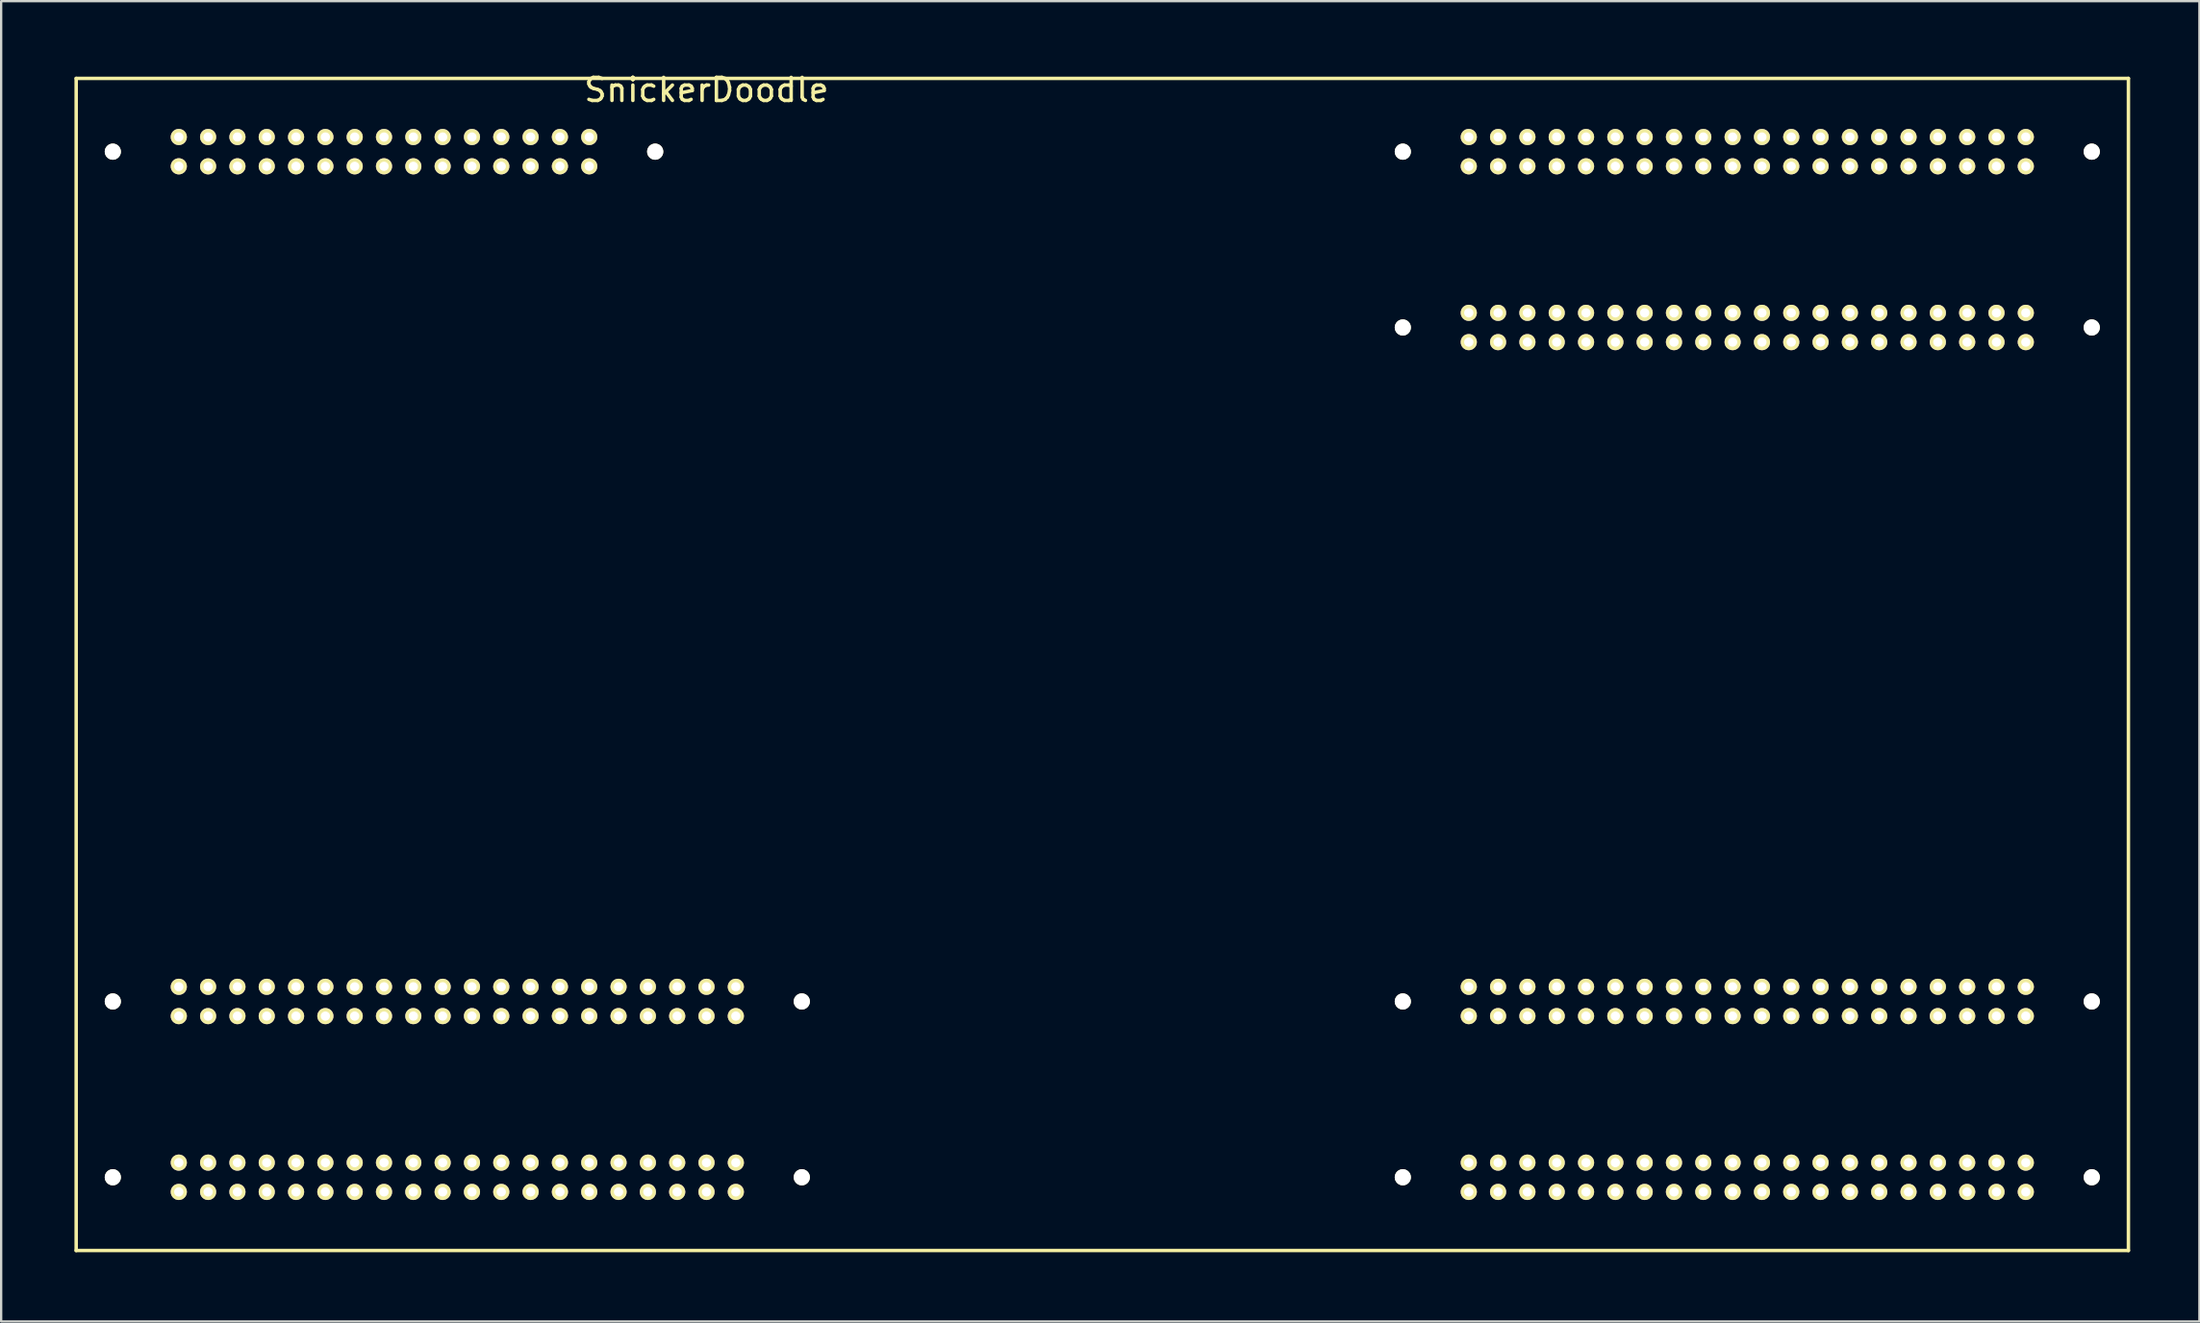
<source format=kicad_pcb>
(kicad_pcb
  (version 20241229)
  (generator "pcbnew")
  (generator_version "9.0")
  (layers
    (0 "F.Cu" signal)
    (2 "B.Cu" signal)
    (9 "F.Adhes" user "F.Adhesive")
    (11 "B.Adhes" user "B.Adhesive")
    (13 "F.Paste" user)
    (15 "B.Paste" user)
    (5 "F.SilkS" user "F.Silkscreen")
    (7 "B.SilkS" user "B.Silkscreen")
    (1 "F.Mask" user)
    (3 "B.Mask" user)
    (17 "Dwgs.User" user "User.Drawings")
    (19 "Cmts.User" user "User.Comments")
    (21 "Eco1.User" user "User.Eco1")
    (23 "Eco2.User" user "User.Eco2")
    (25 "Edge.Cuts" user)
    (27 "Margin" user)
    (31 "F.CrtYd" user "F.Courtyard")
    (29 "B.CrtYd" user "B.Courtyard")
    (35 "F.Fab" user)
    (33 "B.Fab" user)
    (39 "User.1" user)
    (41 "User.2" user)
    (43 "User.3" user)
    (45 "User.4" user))
  (footprint "SnickerDoodle"
    (layer "F.Cu")
    (at 0.25 0.348)
    (property "Reference" "SnickerDoodle" (at 27.305 0.5 0) (layer "F.SilkS") (effects (font (size 1 1) (thickness 0.15))))
    (attr through_hole)
    (fp_line (start 0 0) (end 88.9 0) (stroke (width 0.15) (type solid)) (layer "F.SilkS"))
    (fp_line (start 0 50.8) (end 0 0) (stroke (width 0.15) (type solid)) (layer "F.SilkS"))
    (fp_line (start 88.9 0) (end 88.9 50.8) (stroke (width 0.15) (type solid)) (layer "F.SilkS"))
    (fp_line (start 88.9 50.8) (end 0 50.8) (stroke (width 0.15) (type solid)) (layer "F.SilkS"))
    (pad "" np_thru_hole circle (at 1.587 3.175) (size 0.7 0.7) (drill 0.7) (layers "*.Cu" "*.Mask" "F.SilkS"))
    (pad "" np_thru_hole circle (at 1.587 40.005) (size 0.7 0.7) (drill 0.7) (layers "*.Cu" "*.Mask" "F.SilkS"))
    (pad "" np_thru_hole circle (at 1.587 47.625) (size 0.7 0.7) (drill 0.7) (layers "*.Cu" "*.Mask" "F.SilkS"))
    (pad "" np_thru_hole circle (at 25.082 3.175) (size 0.7 0.7) (drill 0.7) (layers "*.Cu" "*.Mask" "F.SilkS"))
    (pad "" np_thru_hole circle (at 31.433 40.005) (size 0.7 0.7) (drill 0.7) (layers "*.Cu" "*.Mask" "F.SilkS"))
    (pad "" np_thru_hole circle (at 31.433 47.625) (size 0.7 0.7) (drill 0.7) (layers "*.Cu" "*.Mask" "F.SilkS"))
    (pad "" np_thru_hole circle (at 57.468 3.175) (size 0.7 0.7) (drill 0.7) (layers "*.Cu" "*.Mask" "F.SilkS"))
    (pad "" np_thru_hole circle (at 57.468 10.795) (size 0.7 0.7) (drill 0.7) (layers "*.Cu" "*.Mask" "F.SilkS"))
    (pad "" np_thru_hole circle (at 57.468 40.005) (size 0.7 0.7) (drill 0.7) (layers "*.Cu" "*.Mask" "F.SilkS"))
    (pad "" np_thru_hole circle (at 57.468 47.625) (size 0.7 0.7) (drill 0.7) (layers "*.Cu" "*.Mask" "F.SilkS"))
    (pad "" np_thru_hole circle (at 87.312 3.175) (size 0.7 0.7) (drill 0.7) (layers "*.Cu" "*.Mask" "F.SilkS"))
    (pad "" np_thru_hole circle (at 87.312 10.795) (size 0.7 0.7) (drill 0.7) (layers "*.Cu" "*.Mask" "F.SilkS"))
    (pad "" np_thru_hole circle (at 87.312 40.005) (size 0.7 0.7) (drill 0.7) (layers "*.Cu" "*.Mask" "F.SilkS"))
    (pad "" np_thru_hole circle (at 87.312 47.625) (size 0.7 0.7) (drill 0.7) (layers "*.Cu" "*.Mask" "F.SilkS"))
    (pad "A1" thru_hole circle (at 22.225 2.54) (size 0.7 0.7) (drill 0.4) (layers "*.Cu" "*.Mask" "F.SilkS"))
    (pad "A2" thru_hole circle (at 22.225 3.81) (size 0.7 0.7) (drill 0.4) (layers "*.Cu" "*.Mask" "F.SilkS"))
    (pad "A3" thru_hole circle (at 20.955 2.54) (size 0.7 0.7) (drill 0.4) (layers "*.Cu" "*.Mask" "F.SilkS"))
    (pad "A4" thru_hole circle (at 20.955 3.81) (size 0.7 0.7) (drill 0.4) (layers "*.Cu" "*.Mask" "F.SilkS"))
    (pad "A5" thru_hole circle (at 19.685 2.54) (size 0.7 0.7) (drill 0.4) (layers "*.Cu" "*.Mask" "F.SilkS"))
    (pad "A6" thru_hole circle (at 19.685 3.81) (size 0.7 0.7) (drill 0.4) (layers "*.Cu" "*.Mask" "F.SilkS"))
    (pad "A7" thru_hole circle (at 18.415 2.54) (size 0.7 0.7) (drill 0.4) (layers "*.Cu" "*.Mask" "F.SilkS"))
    (pad "A8" thru_hole circle (at 18.415 3.81) (size 0.7 0.7) (drill 0.4) (layers "*.Cu" "*.Mask" "F.SilkS"))
    (pad "A9" thru_hole circle (at 17.145 2.54) (size 0.7 0.7) (drill 0.4) (layers "*.Cu" "*.Mask" "F.SilkS"))
    (pad "A10" thru_hole circle (at 17.145 3.81) (size 0.7 0.7) (drill 0.4) (layers "*.Cu" "*.Mask" "F.SilkS"))
    (pad "A11" thru_hole circle (at 15.875 2.54) (size 0.7 0.7) (drill 0.4) (layers "*.Cu" "*.Mask" "F.SilkS"))
    (pad "A12" thru_hole circle (at 15.875 3.81) (size 0.7 0.7) (drill 0.4) (layers "*.Cu" "*.Mask" "F.SilkS"))
    (pad "A13" thru_hole circle (at 14.605 2.54) (size 0.7 0.7) (drill 0.4) (layers "*.Cu" "*.Mask" "F.SilkS"))
    (pad "A14" thru_hole circle (at 14.605 3.81) (size 0.7 0.7) (drill 0.4) (layers "*.Cu" "*.Mask" "F.SilkS"))
    (pad "A15" thru_hole circle (at 13.335 2.54) (size 0.7 0.7) (drill 0.4) (layers "*.Cu" "*.Mask" "F.SilkS"))
    (pad "A16" thru_hole circle (at 13.335 3.81) (size 0.7 0.7) (drill 0.4) (layers "*.Cu" "*.Mask" "F.SilkS"))
    (pad "A17" thru_hole circle (at 12.065 2.54) (size 0.7 0.7) (drill 0.4) (layers "*.Cu" "*.Mask" "F.SilkS"))
    (pad "A18" thru_hole circle (at 12.065 3.81) (size 0.7 0.7) (drill 0.4) (layers "*.Cu" "*.Mask" "F.SilkS"))
    (pad "A19" thru_hole circle (at 10.795 2.54) (size 0.7 0.7) (drill 0.4) (layers "*.Cu" "*.Mask" "F.SilkS"))
    (pad "A20" thru_hole circle (at 10.795 3.81) (size 0.7 0.7) (drill 0.4) (layers "*.Cu" "*.Mask" "F.SilkS"))
    (pad "A21" thru_hole circle (at 9.525 2.54) (size 0.7 0.7) (drill 0.4) (layers "*.Cu" "*.Mask" "F.SilkS"))
    (pad "A22" thru_hole circle (at 9.525 3.81) (size 0.7 0.7) (drill 0.4) (layers "*.Cu" "*.Mask" "F.SilkS"))
    (pad "A23" thru_hole circle (at 8.255 2.54) (size 0.7 0.7) (drill 0.4) (layers "*.Cu" "*.Mask" "F.SilkS"))
    (pad "A24" thru_hole circle (at 8.255 3.81) (size 0.7 0.7) (drill 0.4) (layers "*.Cu" "*.Mask" "F.SilkS"))
    (pad "A25" thru_hole circle (at 6.985 2.54) (size 0.7 0.7) (drill 0.4) (layers "*.Cu" "*.Mask" "F.SilkS"))
    (pad "A26" thru_hole circle (at 6.985 3.81) (size 0.7 0.7) (drill 0.4) (layers "*.Cu" "*.Mask" "F.SilkS"))
    (pad "A27" thru_hole circle (at 5.715 2.54) (size 0.7 0.7) (drill 0.4) (layers "*.Cu" "*.Mask" "F.SilkS"))
    (pad "A28" thru_hole circle (at 5.715 3.81) (size 0.7 0.7) (drill 0.4) (layers "*.Cu" "*.Mask" "F.SilkS"))
    (pad "A29" thru_hole circle (at 4.445 2.54) (size 0.7 0.7) (drill 0.4) (layers "*.Cu" "*.Mask" "F.SilkS"))
    (pad "A30" thru_hole circle (at 4.445 3.81) (size 0.7 0.7) (drill 0.4) (layers "*.Cu" "*.Mask" "F.SilkS"))
    (pad "B1" thru_hole circle (at 84.455 2.54) (size 0.7 0.7) (drill 0.4) (layers "*.Cu" "*.Mask" "F.SilkS"))
    (pad "B2" thru_hole circle (at 84.455 3.81) (size 0.7 0.7) (drill 0.4) (layers "*.Cu" "*.Mask" "F.SilkS"))
    (pad "B3" thru_hole circle (at 83.185 2.54) (size 0.7 0.7) (drill 0.4) (layers "*.Cu" "*.Mask" "F.SilkS"))
    (pad "B4" thru_hole circle (at 83.185 3.81) (size 0.7 0.7) (drill 0.4) (layers "*.Cu" "*.Mask" "F.SilkS"))
    (pad "B5" thru_hole circle (at 81.915 2.54) (size 0.7 0.7) (drill 0.4) (layers "*.Cu" "*.Mask" "F.SilkS"))
    (pad "B6" thru_hole circle (at 81.915 3.81) (size 0.7 0.7) (drill 0.4) (layers "*.Cu" "*.Mask" "F.SilkS"))
    (pad "B7" thru_hole circle (at 80.645 2.54) (size 0.7 0.7) (drill 0.4) (layers "*.Cu" "*.Mask" "F.SilkS"))
    (pad "B8" thru_hole circle (at 80.645 3.81) (size 0.7 0.7) (drill 0.4) (layers "*.Cu" "*.Mask" "F.SilkS"))
    (pad "B9" thru_hole circle (at 79.375 2.54) (size 0.7 0.7) (drill 0.4) (layers "*.Cu" "*.Mask" "F.SilkS"))
    (pad "B10" thru_hole circle (at 79.375 3.81) (size 0.7 0.7) (drill 0.4) (layers "*.Cu" "*.Mask" "F.SilkS"))
    (pad "B11" thru_hole circle (at 78.105 2.54) (size 0.7 0.7) (drill 0.4) (layers "*.Cu" "*.Mask" "F.SilkS"))
    (pad "B12" thru_hole circle (at 78.105 3.81) (size 0.7 0.7) (drill 0.4) (layers "*.Cu" "*.Mask" "F.SilkS"))
    (pad "B13" thru_hole circle (at 76.835 2.54) (size 0.7 0.7) (drill 0.4) (layers "*.Cu" "*.Mask" "F.SilkS"))
    (pad "B14" thru_hole circle (at 76.835 3.81) (size 0.7 0.7) (drill 0.4) (layers "*.Cu" "*.Mask" "F.SilkS"))
    (pad "B15" thru_hole circle (at 75.565 2.54) (size 0.7 0.7) (drill 0.4) (layers "*.Cu" "*.Mask" "F.SilkS"))
    (pad "B16" thru_hole circle (at 75.565 3.81) (size 0.7 0.7) (drill 0.4) (layers "*.Cu" "*.Mask" "F.SilkS"))
    (pad "B17" thru_hole circle (at 74.295 2.54) (size 0.7 0.7) (drill 0.4) (layers "*.Cu" "*.Mask" "F.SilkS"))
    (pad "B18" thru_hole circle (at 74.295 3.81) (size 0.7 0.7) (drill 0.4) (layers "*.Cu" "*.Mask" "F.SilkS"))
    (pad "B19" thru_hole circle (at 73.025 2.54) (size 0.7 0.7) (drill 0.4) (layers "*.Cu" "*.Mask" "F.SilkS"))
    (pad "B20" thru_hole circle (at 73.025 3.81) (size 0.7 0.7) (drill 0.4) (layers "*.Cu" "*.Mask" "F.SilkS"))
    (pad "B21" thru_hole circle (at 71.755 2.54) (size 0.7 0.7) (drill 0.4) (layers "*.Cu" "*.Mask" "F.SilkS"))
    (pad "B22" thru_hole circle (at 71.755 3.81) (size 0.7 0.7) (drill 0.4) (layers "*.Cu" "*.Mask" "F.SilkS"))
    (pad "B23" thru_hole circle (at 70.485 2.54) (size 0.7 0.7) (drill 0.4) (layers "*.Cu" "*.Mask" "F.SilkS"))
    (pad "B24" thru_hole circle (at 70.485 3.81) (size 0.7 0.7) (drill 0.4) (layers "*.Cu" "*.Mask" "F.SilkS"))
    (pad "B25" thru_hole circle (at 69.215 2.54) (size 0.7 0.7) (drill 0.4) (layers "*.Cu" "*.Mask" "F.SilkS"))
    (pad "B26" thru_hole circle (at 69.215 3.81) (size 0.7 0.7) (drill 0.4) (layers "*.Cu" "*.Mask" "F.SilkS"))
    (pad "B27" thru_hole circle (at 67.945 2.54) (size 0.7 0.7) (drill 0.4) (layers "*.Cu" "*.Mask" "F.SilkS"))
    (pad "B28" thru_hole circle (at 67.945 3.81) (size 0.7 0.7) (drill 0.4) (layers "*.Cu" "*.Mask" "F.SilkS"))
    (pad "B29" thru_hole circle (at 66.675 2.54) (size 0.7 0.7) (drill 0.4) (layers "*.Cu" "*.Mask" "F.SilkS"))
    (pad "B30" thru_hole circle (at 66.675 3.81) (size 0.7 0.7) (drill 0.4) (layers "*.Cu" "*.Mask" "F.SilkS"))
    (pad "B31" thru_hole circle (at 65.405 2.54) (size 0.7 0.7) (drill 0.4) (layers "*.Cu" "*.Mask" "F.SilkS"))
    (pad "B32" thru_hole circle (at 65.405 3.81) (size 0.7 0.7) (drill 0.4) (layers "*.Cu" "*.Mask" "F.SilkS"))
    (pad "B33" thru_hole circle (at 64.135 2.54) (size 0.7 0.7) (drill 0.4) (layers "*.Cu" "*.Mask" "F.SilkS"))
    (pad "B34" thru_hole circle (at 64.135 3.81) (size 0.7 0.7) (drill 0.4) (layers "*.Cu" "*.Mask" "F.SilkS"))
    (pad "B35" thru_hole circle (at 62.865 2.54) (size 0.7 0.7) (drill 0.4) (layers "*.Cu" "*.Mask" "F.SilkS"))
    (pad "B36" thru_hole circle (at 62.865 3.81) (size 0.7 0.7) (drill 0.4) (layers "*.Cu" "*.Mask" "F.SilkS"))
    (pad "B37" thru_hole circle (at 61.595 2.54) (size 0.7 0.7) (drill 0.4) (layers "*.Cu" "*.Mask" "F.SilkS"))
    (pad "B38" thru_hole circle (at 61.595 3.81) (size 0.7 0.7) (drill 0.4) (layers "*.Cu" "*.Mask" "F.SilkS"))
    (pad "B39" thru_hole circle (at 60.325 2.54) (size 0.7 0.7) (drill 0.4) (layers "*.Cu" "*.Mask" "F.SilkS"))
    (pad "B40" thru_hole circle (at 60.325 3.81) (size 0.7 0.7) (drill 0.4) (layers "*.Cu" "*.Mask" "F.SilkS"))
    (pad "C1" thru_hole circle (at 60.325 48.26) (size 0.7 0.7) (drill 0.4) (layers "*.Cu" "*.Mask" "F.SilkS"))
    (pad "C2" thru_hole circle (at 60.325 46.99) (size 0.7 0.7) (drill 0.4) (layers "*.Cu" "*.Mask" "F.SilkS"))
    (pad "C3" thru_hole circle (at 61.595 48.26) (size 0.7 0.7) (drill 0.4) (layers "*.Cu" "*.Mask" "F.SilkS"))
    (pad "C4" thru_hole circle (at 61.595 46.99) (size 0.7 0.7) (drill 0.4) (layers "*.Cu" "*.Mask" "F.SilkS"))
    (pad "C5" thru_hole circle (at 62.865 48.26) (size 0.7 0.7) (drill 0.4) (layers "*.Cu" "*.Mask" "F.SilkS"))
    (pad "C6" thru_hole circle (at 62.865 46.99) (size 0.7 0.7) (drill 0.4) (layers "*.Cu" "*.Mask" "F.SilkS"))
    (pad "C7" thru_hole circle (at 64.135 48.26) (size 0.7 0.7) (drill 0.4) (layers "*.Cu" "*.Mask" "F.SilkS"))
    (pad "C8" thru_hole circle (at 64.135 46.99) (size 0.7 0.7) (drill 0.4) (layers "*.Cu" "*.Mask" "F.SilkS"))
    (pad "C9" thru_hole circle (at 65.405 48.26) (size 0.7 0.7) (drill 0.4) (layers "*.Cu" "*.Mask" "F.SilkS"))
    (pad "C10" thru_hole circle (at 65.405 46.99) (size 0.7 0.7) (drill 0.4) (layers "*.Cu" "*.Mask" "F.SilkS"))
    (pad "C11" thru_hole circle (at 66.675 48.26) (size 0.7 0.7) (drill 0.4) (layers "*.Cu" "*.Mask" "F.SilkS"))
    (pad "C12" thru_hole circle (at 66.675 46.99) (size 0.7 0.7) (drill 0.4) (layers "*.Cu" "*.Mask" "F.SilkS"))
    (pad "C13" thru_hole circle (at 67.945 48.26) (size 0.7 0.7) (drill 0.4) (layers "*.Cu" "*.Mask" "F.SilkS"))
    (pad "C14" thru_hole circle (at 67.945 46.99) (size 0.7 0.7) (drill 0.4) (layers "*.Cu" "*.Mask" "F.SilkS"))
    (pad "C15" thru_hole circle (at 69.215 48.26) (size 0.7 0.7) (drill 0.4) (layers "*.Cu" "*.Mask" "F.SilkS"))
    (pad "C16" thru_hole circle (at 69.215 46.99) (size 0.7 0.7) (drill 0.4) (layers "*.Cu" "*.Mask" "F.SilkS"))
    (pad "C17" thru_hole circle (at 70.485 48.26) (size 0.7 0.7) (drill 0.4) (layers "*.Cu" "*.Mask" "F.SilkS"))
    (pad "C18" thru_hole circle (at 70.485 46.99) (size 0.7 0.7) (drill 0.4) (layers "*.Cu" "*.Mask" "F.SilkS"))
    (pad "C19" thru_hole circle (at 71.755 48.26) (size 0.7 0.7) (drill 0.4) (layers "*.Cu" "*.Mask" "F.SilkS"))
    (pad "C20" thru_hole circle (at 71.755 46.99) (size 0.7 0.7) (drill 0.4) (layers "*.Cu" "*.Mask" "F.SilkS"))
    (pad "C21" thru_hole circle (at 73.025 48.26) (size 0.7 0.7) (drill 0.4) (layers "*.Cu" "*.Mask" "F.SilkS"))
    (pad "C22" thru_hole circle (at 73.025 46.99) (size 0.7 0.7) (drill 0.4) (layers "*.Cu" "*.Mask" "F.SilkS"))
    (pad "C23" thru_hole circle (at 74.295 48.26) (size 0.7 0.7) (drill 0.4) (layers "*.Cu" "*.Mask" "F.SilkS"))
    (pad "C24" thru_hole circle (at 74.295 46.99) (size 0.7 0.7) (drill 0.4) (layers "*.Cu" "*.Mask" "F.SilkS"))
    (pad "C25" thru_hole circle (at 75.565 48.26) (size 0.7 0.7) (drill 0.4) (layers "*.Cu" "*.Mask" "F.SilkS"))
    (pad "C26" thru_hole circle (at 75.565 46.99) (size 0.7 0.7) (drill 0.4) (layers "*.Cu" "*.Mask" "F.SilkS"))
    (pad "C27" thru_hole circle (at 76.835 48.26) (size 0.7 0.7) (drill 0.4) (layers "*.Cu" "*.Mask" "F.SilkS"))
    (pad "C28" thru_hole circle (at 76.835 46.99) (size 0.7 0.7) (drill 0.4) (layers "*.Cu" "*.Mask" "F.SilkS"))
    (pad "C29" thru_hole circle (at 78.105 48.26) (size 0.7 0.7) (drill 0.4) (layers "*.Cu" "*.Mask" "F.SilkS"))
    (pad "C30" thru_hole circle (at 78.105 46.99) (size 0.7 0.7) (drill 0.4) (layers "*.Cu" "*.Mask" "F.SilkS"))
    (pad "C31" thru_hole circle (at 79.375 48.26) (size 0.7 0.7) (drill 0.4) (layers "*.Cu" "*.Mask" "F.SilkS"))
    (pad "C32" thru_hole circle (at 79.375 46.99) (size 0.7 0.7) (drill 0.4) (layers "*.Cu" "*.Mask" "F.SilkS"))
    (pad "C33" thru_hole circle (at 80.645 48.26) (size 0.7 0.7) (drill 0.4) (layers "*.Cu" "*.Mask" "F.SilkS"))
    (pad "C34" thru_hole circle (at 80.645 46.99) (size 0.7 0.7) (drill 0.4) (layers "*.Cu" "*.Mask" "F.SilkS"))
    (pad "C35" thru_hole circle (at 81.915 48.26) (size 0.7 0.7) (drill 0.4) (layers "*.Cu" "*.Mask" "F.SilkS"))
    (pad "C36" thru_hole circle (at 81.915 46.99) (size 0.7 0.7) (drill 0.4) (layers "*.Cu" "*.Mask" "F.SilkS"))
    (pad "C37" thru_hole circle (at 83.185 48.26) (size 0.7 0.7) (drill 0.4) (layers "*.Cu" "*.Mask" "F.SilkS"))
    (pad "C38" thru_hole circle (at 83.185 46.99) (size 0.7 0.7) (drill 0.4) (layers "*.Cu" "*.Mask" "F.SilkS"))
    (pad "C39" thru_hole circle (at 84.455 48.26) (size 0.7 0.7) (drill 0.4) (layers "*.Cu" "*.Mask" "F.SilkS"))
    (pad "C40" thru_hole circle (at 84.455 46.99) (size 0.7 0.7) (drill 0.4) (layers "*.Cu" "*.Mask" "F.SilkS"))
    (pad "D1" thru_hole circle (at 60.325 40.64) (size 0.7 0.7) (drill 0.4) (layers "*.Cu" "*.Mask" "F.SilkS"))
    (pad "D2" thru_hole circle (at 60.325 39.37) (size 0.7 0.7) (drill 0.4) (layers "*.Cu" "*.Mask" "F.SilkS"))
    (pad "D3" thru_hole circle (at 61.595 40.64) (size 0.7 0.7) (drill 0.4) (layers "*.Cu" "*.Mask" "F.SilkS"))
    (pad "D4" thru_hole circle (at 61.595 39.37) (size 0.7 0.7) (drill 0.4) (layers "*.Cu" "*.Mask" "F.SilkS"))
    (pad "D5" thru_hole circle (at 62.865 40.64) (size 0.7 0.7) (drill 0.4) (layers "*.Cu" "*.Mask" "F.SilkS"))
    (pad "D6" thru_hole circle (at 62.865 39.37) (size 0.7 0.7) (drill 0.4) (layers "*.Cu" "*.Mask" "F.SilkS"))
    (pad "D7" thru_hole circle (at 64.135 40.64) (size 0.7 0.7) (drill 0.4) (layers "*.Cu" "*.Mask" "F.SilkS"))
    (pad "D8" thru_hole circle (at 64.135 39.37) (size 0.7 0.7) (drill 0.4) (layers "*.Cu" "*.Mask" "F.SilkS"))
    (pad "D9" thru_hole circle (at 65.405 40.64) (size 0.7 0.7) (drill 0.4) (layers "*.Cu" "*.Mask" "F.SilkS"))
    (pad "D10" thru_hole circle (at 65.405 39.37) (size 0.7 0.7) (drill 0.4) (layers "*.Cu" "*.Mask" "F.SilkS"))
    (pad "D11" thru_hole circle (at 66.675 40.64) (size 0.7 0.7) (drill 0.4) (layers "*.Cu" "*.Mask" "F.SilkS"))
    (pad "D12" thru_hole circle (at 66.675 39.37) (size 0.7 0.7) (drill 0.4) (layers "*.Cu" "*.Mask" "F.SilkS"))
    (pad "D13" thru_hole circle (at 67.945 40.64) (size 0.7 0.7) (drill 0.4) (layers "*.Cu" "*.Mask" "F.SilkS"))
    (pad "D14" thru_hole circle (at 67.945 39.37) (size 0.7 0.7) (drill 0.4) (layers "*.Cu" "*.Mask" "F.SilkS"))
    (pad "D15" thru_hole circle (at 69.215 40.64) (size 0.7 0.7) (drill 0.4) (layers "*.Cu" "*.Mask" "F.SilkS"))
    (pad "D16" thru_hole circle (at 69.215 39.37) (size 0.7 0.7) (drill 0.4) (layers "*.Cu" "*.Mask" "F.SilkS"))
    (pad "D17" thru_hole circle (at 70.485 40.64) (size 0.7 0.7) (drill 0.4) (layers "*.Cu" "*.Mask" "F.SilkS"))
    (pad "D18" thru_hole circle (at 70.485 39.37) (size 0.7 0.7) (drill 0.4) (layers "*.Cu" "*.Mask" "F.SilkS"))
    (pad "D19" thru_hole circle (at 71.755 40.64) (size 0.7 0.7) (drill 0.4) (layers "*.Cu" "*.Mask" "F.SilkS"))
    (pad "D20" thru_hole circle (at 71.755 39.37) (size 0.7 0.7) (drill 0.4) (layers "*.Cu" "*.Mask" "F.SilkS"))
    (pad "D21" thru_hole circle (at 73.025 40.64) (size 0.7 0.7) (drill 0.4) (layers "*.Cu" "*.Mask" "F.SilkS"))
    (pad "D22" thru_hole circle (at 73.025 39.37) (size 0.7 0.7) (drill 0.4) (layers "*.Cu" "*.Mask" "F.SilkS"))
    (pad "D23" thru_hole circle (at 74.295 40.64) (size 0.7 0.7) (drill 0.4) (layers "*.Cu" "*.Mask" "F.SilkS"))
    (pad "D24" thru_hole circle (at 74.295 39.37) (size 0.7 0.7) (drill 0.4) (layers "*.Cu" "*.Mask" "F.SilkS"))
    (pad "D25" thru_hole circle (at 75.565 40.64) (size 0.7 0.7) (drill 0.4) (layers "*.Cu" "*.Mask" "F.SilkS"))
    (pad "D26" thru_hole circle (at 75.565 39.37) (size 0.7 0.7) (drill 0.4) (layers "*.Cu" "*.Mask" "F.SilkS"))
    (pad "D27" thru_hole circle (at 76.835 40.64) (size 0.7 0.7) (drill 0.4) (layers "*.Cu" "*.Mask" "F.SilkS"))
    (pad "D28" thru_hole circle (at 76.835 39.37) (size 0.7 0.7) (drill 0.4) (layers "*.Cu" "*.Mask" "F.SilkS"))
    (pad "D29" thru_hole circle (at 78.105 40.64) (size 0.7 0.7) (drill 0.4) (layers "*.Cu" "*.Mask" "F.SilkS"))
    (pad "D30" thru_hole circle (at 78.105 39.37) (size 0.7 0.7) (drill 0.4) (layers "*.Cu" "*.Mask" "F.SilkS"))
    (pad "D31" thru_hole circle (at 79.375 40.64) (size 0.7 0.7) (drill 0.4) (layers "*.Cu" "*.Mask" "F.SilkS"))
    (pad "D32" thru_hole circle (at 79.375 39.37) (size 0.7 0.7) (drill 0.4) (layers "*.Cu" "*.Mask" "F.SilkS"))
    (pad "D33" thru_hole circle (at 80.645 40.64) (size 0.7 0.7) (drill 0.4) (layers "*.Cu" "*.Mask" "F.SilkS"))
    (pad "D34" thru_hole circle (at 80.645 39.37) (size 0.7 0.7) (drill 0.4) (layers "*.Cu" "*.Mask" "F.SilkS"))
    (pad "D35" thru_hole circle (at 81.915 40.64) (size 0.7 0.7) (drill 0.4) (layers "*.Cu" "*.Mask" "F.SilkS"))
    (pad "D36" thru_hole circle (at 81.915 39.37) (size 0.7 0.7) (drill 0.4) (layers "*.Cu" "*.Mask" "F.SilkS"))
    (pad "D37" thru_hole circle (at 83.185 40.64) (size 0.7 0.7) (drill 0.4) (layers "*.Cu" "*.Mask" "F.SilkS"))
    (pad "D38" thru_hole circle (at 83.185 39.37) (size 0.7 0.7) (drill 0.4) (layers "*.Cu" "*.Mask" "F.SilkS"))
    (pad "D39" thru_hole circle (at 84.455 40.64) (size 0.7 0.7) (drill 0.4) (layers "*.Cu" "*.Mask" "F.SilkS"))
    (pad "D40" thru_hole circle (at 84.455 39.37) (size 0.7 0.7) (drill 0.4) (layers "*.Cu" "*.Mask" "F.SilkS"))
    (pad "E1" thru_hole circle (at 4.445 48.26) (size 0.7 0.7) (drill 0.4) (layers "*.Cu" "*.Mask" "F.SilkS"))
    (pad "E2" thru_hole circle (at 4.445 46.99) (size 0.7 0.7) (drill 0.4) (layers "*.Cu" "*.Mask" "F.SilkS"))
    (pad "E3" thru_hole circle (at 5.715 48.26) (size 0.7 0.7) (drill 0.4) (layers "*.Cu" "*.Mask" "F.SilkS"))
    (pad "E4" thru_hole circle (at 5.715 46.99) (size 0.7 0.7) (drill 0.4) (layers "*.Cu" "*.Mask" "F.SilkS"))
    (pad "E5" thru_hole circle (at 6.985 48.26) (size 0.7 0.7) (drill 0.4) (layers "*.Cu" "*.Mask" "F.SilkS"))
    (pad "E6" thru_hole circle (at 6.985 46.99) (size 0.7 0.7) (drill 0.4) (layers "*.Cu" "*.Mask" "F.SilkS"))
    (pad "E7" thru_hole circle (at 8.255 48.26) (size 0.7 0.7) (drill 0.4) (layers "*.Cu" "*.Mask" "F.SilkS"))
    (pad "E8" thru_hole circle (at 8.255 46.99) (size 0.7 0.7) (drill 0.4) (layers "*.Cu" "*.Mask" "F.SilkS"))
    (pad "E9" thru_hole circle (at 9.525 48.26) (size 0.7 0.7) (drill 0.4) (layers "*.Cu" "*.Mask" "F.SilkS"))
    (pad "E10" thru_hole circle (at 9.525 46.99) (size 0.7 0.7) (drill 0.4) (layers "*.Cu" "*.Mask" "F.SilkS"))
    (pad "E11" thru_hole circle (at 10.795 48.26) (size 0.7 0.7) (drill 0.4) (layers "*.Cu" "*.Mask" "F.SilkS"))
    (pad "E12" thru_hole circle (at 10.795 46.99) (size 0.7 0.7) (drill 0.4) (layers "*.Cu" "*.Mask" "F.SilkS"))
    (pad "E13" thru_hole circle (at 12.065 48.26) (size 0.7 0.7) (drill 0.4) (layers "*.Cu" "*.Mask" "F.SilkS"))
    (pad "E14" thru_hole circle (at 12.065 46.99) (size 0.7 0.7) (drill 0.4) (layers "*.Cu" "*.Mask" "F.SilkS"))
    (pad "E15" thru_hole circle (at 13.335 48.26) (size 0.7 0.7) (drill 0.4) (layers "*.Cu" "*.Mask" "F.SilkS"))
    (pad "E16" thru_hole circle (at 13.335 46.99) (size 0.7 0.7) (drill 0.4) (layers "*.Cu" "*.Mask" "F.SilkS"))
    (pad "E17" thru_hole circle (at 14.605 48.26) (size 0.7 0.7) (drill 0.4) (layers "*.Cu" "*.Mask" "F.SilkS"))
    (pad "E18" thru_hole circle (at 14.605 46.99) (size 0.7 0.7) (drill 0.4) (layers "*.Cu" "*.Mask" "F.SilkS"))
    (pad "E19" thru_hole circle (at 15.875 48.26) (size 0.7 0.7) (drill 0.4) (layers "*.Cu" "*.Mask" "F.SilkS"))
    (pad "E20" thru_hole circle (at 15.875 46.99) (size 0.7 0.7) (drill 0.4) (layers "*.Cu" "*.Mask" "F.SilkS"))
    (pad "E21" thru_hole circle (at 17.145 48.26) (size 0.7 0.7) (drill 0.4) (layers "*.Cu" "*.Mask" "F.SilkS"))
    (pad "E22" thru_hole circle (at 17.145 46.99) (size 0.7 0.7) (drill 0.4) (layers "*.Cu" "*.Mask" "F.SilkS"))
    (pad "E23" thru_hole circle (at 18.415 48.26) (size 0.7 0.7) (drill 0.4) (layers "*.Cu" "*.Mask" "F.SilkS"))
    (pad "E24" thru_hole circle (at 18.415 46.99) (size 0.7 0.7) (drill 0.4) (layers "*.Cu" "*.Mask" "F.SilkS"))
    (pad "E25" thru_hole circle (at 19.685 48.26) (size 0.7 0.7) (drill 0.4) (layers "*.Cu" "*.Mask" "F.SilkS"))
    (pad "E26" thru_hole circle (at 19.685 46.99) (size 0.7 0.7) (drill 0.4) (layers "*.Cu" "*.Mask" "F.SilkS"))
    (pad "E27" thru_hole circle (at 20.955 48.26) (size 0.7 0.7) (drill 0.4) (layers "*.Cu" "*.Mask" "F.SilkS"))
    (pad "E28" thru_hole circle (at 20.955 46.99) (size 0.7 0.7) (drill 0.4) (layers "*.Cu" "*.Mask" "F.SilkS"))
    (pad "E29" thru_hole circle (at 22.225 48.26) (size 0.7 0.7) (drill 0.4) (layers "*.Cu" "*.Mask" "F.SilkS"))
    (pad "E30" thru_hole circle (at 22.225 46.99) (size 0.7 0.7) (drill 0.4) (layers "*.Cu" "*.Mask" "F.SilkS"))
    (pad "E31" thru_hole circle (at 23.495 48.26) (size 0.7 0.7) (drill 0.4) (layers "*.Cu" "*.Mask" "F.SilkS"))
    (pad "E32" thru_hole circle (at 23.495 46.99) (size 0.7 0.7) (drill 0.4) (layers "*.Cu" "*.Mask" "F.SilkS"))
    (pad "E33" thru_hole circle (at 24.765 48.26) (size 0.7 0.7) (drill 0.4) (layers "*.Cu" "*.Mask" "F.SilkS"))
    (pad "E34" thru_hole circle (at 24.765 46.99) (size 0.7 0.7) (drill 0.4) (layers "*.Cu" "*.Mask" "F.SilkS"))
    (pad "E35" thru_hole circle (at 26.035 48.26) (size 0.7 0.7) (drill 0.4) (layers "*.Cu" "*.Mask" "F.SilkS"))
    (pad "E36" thru_hole circle (at 26.035 46.99) (size 0.7 0.7) (drill 0.4) (layers "*.Cu" "*.Mask" "F.SilkS"))
    (pad "E37" thru_hole circle (at 27.305 48.26) (size 0.7 0.7) (drill 0.4) (layers "*.Cu" "*.Mask" "F.SilkS"))
    (pad "E38" thru_hole circle (at 27.305 46.99) (size 0.7 0.7) (drill 0.4) (layers "*.Cu" "*.Mask" "F.SilkS"))
    (pad "E39" thru_hole circle (at 28.575 48.26) (size 0.7 0.7) (drill 0.4) (layers "*.Cu" "*.Mask" "F.SilkS"))
    (pad "E40" thru_hole circle (at 28.575 46.99) (size 0.7 0.7) (drill 0.4) (layers "*.Cu" "*.Mask" "F.SilkS"))
    (pad "F1" thru_hole circle (at 4.445 40.64) (size 0.7 0.7) (drill 0.4) (layers "*.Cu" "*.Mask" "F.SilkS"))
    (pad "F2" thru_hole circle (at 4.445 39.37) (size 0.7 0.7) (drill 0.4) (layers "*.Cu" "*.Mask" "F.SilkS"))
    (pad "F3" thru_hole circle (at 5.715 40.64) (size 0.7 0.7) (drill 0.4) (layers "*.Cu" "*.Mask" "F.SilkS"))
    (pad "F4" thru_hole circle (at 5.715 39.37) (size 0.7 0.7) (drill 0.4) (layers "*.Cu" "*.Mask" "F.SilkS"))
    (pad "F5" thru_hole circle (at 6.985 40.64) (size 0.7 0.7) (drill 0.4) (layers "*.Cu" "*.Mask" "F.SilkS"))
    (pad "F6" thru_hole circle (at 6.985 39.37) (size 0.7 0.7) (drill 0.4) (layers "*.Cu" "*.Mask" "F.SilkS"))
    (pad "F7" thru_hole circle (at 8.255 40.64) (size 0.7 0.7) (drill 0.4) (layers "*.Cu" "*.Mask" "F.SilkS"))
    (pad "F8" thru_hole circle (at 8.255 39.37) (size 0.7 0.7) (drill 0.4) (layers "*.Cu" "*.Mask" "F.SilkS"))
    (pad "F9" thru_hole circle (at 9.525 40.64) (size 0.7 0.7) (drill 0.4) (layers "*.Cu" "*.Mask" "F.SilkS"))
    (pad "F10" thru_hole circle (at 9.525 39.37) (size 0.7 0.7) (drill 0.4) (layers "*.Cu" "*.Mask" "F.SilkS"))
    (pad "F11" thru_hole circle (at 10.795 40.64) (size 0.7 0.7) (drill 0.4) (layers "*.Cu" "*.Mask" "F.SilkS"))
    (pad "F12" thru_hole circle (at 10.795 39.37) (size 0.7 0.7) (drill 0.4) (layers "*.Cu" "*.Mask" "F.SilkS"))
    (pad "F13" thru_hole circle (at 12.065 40.64) (size 0.7 0.7) (drill 0.4) (layers "*.Cu" "*.Mask" "F.SilkS"))
    (pad "F14" thru_hole circle (at 12.065 39.37) (size 0.7 0.7) (drill 0.4) (layers "*.Cu" "*.Mask" "F.SilkS"))
    (pad "F15" thru_hole circle (at 13.335 40.64) (size 0.7 0.7) (drill 0.4) (layers "*.Cu" "*.Mask" "F.SilkS"))
    (pad "F16" thru_hole circle (at 13.335 39.37) (size 0.7 0.7) (drill 0.4) (layers "*.Cu" "*.Mask" "F.SilkS"))
    (pad "F17" thru_hole circle (at 14.605 40.64) (size 0.7 0.7) (drill 0.4) (layers "*.Cu" "*.Mask" "F.SilkS"))
    (pad "F18" thru_hole circle (at 14.605 39.37) (size 0.7 0.7) (drill 0.4) (layers "*.Cu" "*.Mask" "F.SilkS"))
    (pad "F19" thru_hole circle (at 15.875 40.64) (size 0.7 0.7) (drill 0.4) (layers "*.Cu" "*.Mask" "F.SilkS"))
    (pad "F20" thru_hole circle (at 15.875 39.37) (size 0.7 0.7) (drill 0.4) (layers "*.Cu" "*.Mask" "F.SilkS"))
    (pad "F21" thru_hole circle (at 17.145 40.64) (size 0.7 0.7) (drill 0.4) (layers "*.Cu" "*.Mask" "F.SilkS"))
    (pad "F22" thru_hole circle (at 17.145 39.37) (size 0.7 0.7) (drill 0.4) (layers "*.Cu" "*.Mask" "F.SilkS"))
    (pad "F23" thru_hole circle (at 18.415 40.64) (size 0.7 0.7) (drill 0.4) (layers "*.Cu" "*.Mask" "F.SilkS"))
    (pad "F24" thru_hole circle (at 18.415 39.37) (size 0.7 0.7) (drill 0.4) (layers "*.Cu" "*.Mask" "F.SilkS"))
    (pad "F25" thru_hole circle (at 19.685 40.64) (size 0.7 0.7) (drill 0.4) (layers "*.Cu" "*.Mask" "F.SilkS"))
    (pad "F26" thru_hole circle (at 19.685 39.37) (size 0.7 0.7) (drill 0.4) (layers "*.Cu" "*.Mask" "F.SilkS"))
    (pad "F27" thru_hole circle (at 20.955 40.64) (size 0.7 0.7) (drill 0.4) (layers "*.Cu" "*.Mask" "F.SilkS"))
    (pad "F28" thru_hole circle (at 20.955 39.37) (size 0.7 0.7) (drill 0.4) (layers "*.Cu" "*.Mask" "F.SilkS"))
    (pad "F29" thru_hole circle (at 22.225 40.64) (size 0.7 0.7) (drill 0.4) (layers "*.Cu" "*.Mask" "F.SilkS"))
    (pad "F30" thru_hole circle (at 22.225 39.37) (size 0.7 0.7) (drill 0.4) (layers "*.Cu" "*.Mask" "F.SilkS"))
    (pad "F31" thru_hole circle (at 23.495 40.64) (size 0.7 0.7) (drill 0.4) (layers "*.Cu" "*.Mask" "F.SilkS"))
    (pad "F32" thru_hole circle (at 23.495 39.37) (size 0.7 0.7) (drill 0.4) (layers "*.Cu" "*.Mask" "F.SilkS"))
    (pad "F33" thru_hole circle (at 24.765 40.64) (size 0.7 0.7) (drill 0.4) (layers "*.Cu" "*.Mask" "F.SilkS"))
    (pad "F34" thru_hole circle (at 24.765 39.37) (size 0.7 0.7) (drill 0.4) (layers "*.Cu" "*.Mask" "F.SilkS"))
    (pad "F35" thru_hole circle (at 26.035 40.64) (size 0.7 0.7) (drill 0.4) (layers "*.Cu" "*.Mask" "F.SilkS"))
    (pad "F36" thru_hole circle (at 26.035 39.37) (size 0.7 0.7) (drill 0.4) (layers "*.Cu" "*.Mask" "F.SilkS"))
    (pad "F37" thru_hole circle (at 27.305 40.64) (size 0.7 0.7) (drill 0.4) (layers "*.Cu" "*.Mask" "F.SilkS"))
    (pad "F38" thru_hole circle (at 27.305 39.37) (size 0.7 0.7) (drill 0.4) (layers "*.Cu" "*.Mask" "F.SilkS"))
    (pad "F39" thru_hole circle (at 28.575 40.64) (size 0.7 0.7) (drill 0.4) (layers "*.Cu" "*.Mask" "F.SilkS"))
    (pad "F40" thru_hole circle (at 28.575 39.37) (size 0.7 0.7) (drill 0.4) (layers "*.Cu" "*.Mask" "F.SilkS"))
    (pad "G1" thru_hole circle (at 84.455 10.16) (size 0.7 0.7) (drill 0.4) (layers "*.Cu" "*.Mask" "F.SilkS"))
    (pad "G2" thru_hole circle (at 84.455 11.43) (size 0.7 0.7) (drill 0.4) (layers "*.Cu" "*.Mask" "F.SilkS"))
    (pad "G3" thru_hole circle (at 83.185 10.16) (size 0.7 0.7) (drill 0.4) (layers "*.Cu" "*.Mask" "F.SilkS"))
    (pad "G4" thru_hole circle (at 83.185 11.43) (size 0.7 0.7) (drill 0.4) (layers "*.Cu" "*.Mask" "F.SilkS"))
    (pad "G5" thru_hole circle (at 81.915 10.16) (size 0.7 0.7) (drill 0.4) (layers "*.Cu" "*.Mask" "F.SilkS"))
    (pad "G6" thru_hole circle (at 81.915 11.43) (size 0.7 0.7) (drill 0.4) (layers "*.Cu" "*.Mask" "F.SilkS"))
    (pad "G7" thru_hole circle (at 80.645 10.16) (size 0.7 0.7) (drill 0.4) (layers "*.Cu" "*.Mask" "F.SilkS"))
    (pad "G8" thru_hole circle (at 80.645 11.43) (size 0.7 0.7) (drill 0.4) (layers "*.Cu" "*.Mask" "F.SilkS"))
    (pad "G9" thru_hole circle (at 79.375 10.16) (size 0.7 0.7) (drill 0.4) (layers "*.Cu" "*.Mask" "F.SilkS"))
    (pad "G10" thru_hole circle (at 79.375 11.43) (size 0.7 0.7) (drill 0.4) (layers "*.Cu" "*.Mask" "F.SilkS"))
    (pad "G11" thru_hole circle (at 78.105 10.16) (size 0.7 0.7) (drill 0.4) (layers "*.Cu" "*.Mask" "F.SilkS"))
    (pad "G12" thru_hole circle (at 78.105 11.43) (size 0.7 0.7) (drill 0.4) (layers "*.Cu" "*.Mask" "F.SilkS"))
    (pad "G13" thru_hole circle (at 76.835 10.16) (size 0.7 0.7) (drill 0.4) (layers "*.Cu" "*.Mask" "F.SilkS"))
    (pad "G14" thru_hole circle (at 76.835 11.43) (size 0.7 0.7) (drill 0.4) (layers "*.Cu" "*.Mask" "F.SilkS"))
    (pad "G15" thru_hole circle (at 75.565 10.16) (size 0.7 0.7) (drill 0.4) (layers "*.Cu" "*.Mask" "F.SilkS"))
    (pad "G16" thru_hole circle (at 75.565 11.43) (size 0.7 0.7) (drill 0.4) (layers "*.Cu" "*.Mask" "F.SilkS"))
    (pad "G17" thru_hole circle (at 74.295 10.16) (size 0.7 0.7) (drill 0.4) (layers "*.Cu" "*.Mask" "F.SilkS"))
    (pad "G18" thru_hole circle (at 74.295 11.43) (size 0.7 0.7) (drill 0.4) (layers "*.Cu" "*.Mask" "F.SilkS"))
    (pad "G19" thru_hole circle (at 73.025 10.16) (size 0.7 0.7) (drill 0.4) (layers "*.Cu" "*.Mask" "F.SilkS"))
    (pad "G20" thru_hole circle (at 73.025 11.43) (size 0.7 0.7) (drill 0.4) (layers "*.Cu" "*.Mask" "F.SilkS"))
    (pad "G21" thru_hole circle (at 71.755 10.16) (size 0.7 0.7) (drill 0.4) (layers "*.Cu" "*.Mask" "F.SilkS"))
    (pad "G22" thru_hole circle (at 71.755 11.43) (size 0.7 0.7) (drill 0.4) (layers "*.Cu" "*.Mask" "F.SilkS"))
    (pad "G23" thru_hole circle (at 70.485 10.16) (size 0.7 0.7) (drill 0.4) (layers "*.Cu" "*.Mask" "F.SilkS"))
    (pad "G24" thru_hole circle (at 70.485 11.43) (size 0.7 0.7) (drill 0.4) (layers "*.Cu" "*.Mask" "F.SilkS"))
    (pad "G25" thru_hole circle (at 69.215 10.16) (size 0.7 0.7) (drill 0.4) (layers "*.Cu" "*.Mask" "F.SilkS"))
    (pad "G26" thru_hole circle (at 69.215 11.43) (size 0.7 0.7) (drill 0.4) (layers "*.Cu" "*.Mask" "F.SilkS"))
    (pad "G27" thru_hole circle (at 67.945 10.16) (size 0.7 0.7) (drill 0.4) (layers "*.Cu" "*.Mask" "F.SilkS"))
    (pad "G28" thru_hole circle (at 67.945 11.43) (size 0.7 0.7) (drill 0.4) (layers "*.Cu" "*.Mask" "F.SilkS"))
    (pad "G29" thru_hole circle (at 66.675 10.16) (size 0.7 0.7) (drill 0.4) (layers "*.Cu" "*.Mask" "F.SilkS"))
    (pad "G30" thru_hole circle (at 66.675 11.43) (size 0.7 0.7) (drill 0.4) (layers "*.Cu" "*.Mask" "F.SilkS"))
    (pad "G31" thru_hole circle (at 65.405 10.16) (size 0.7 0.7) (drill 0.4) (layers "*.Cu" "*.Mask" "F.SilkS"))
    (pad "G32" thru_hole circle (at 65.405 11.43) (size 0.7 0.7) (drill 0.4) (layers "*.Cu" "*.Mask" "F.SilkS"))
    (pad "G33" thru_hole circle (at 64.135 10.16) (size 0.7 0.7) (drill 0.4) (layers "*.Cu" "*.Mask" "F.SilkS"))
    (pad "G34" thru_hole circle (at 64.135 11.43) (size 0.7 0.7) (drill 0.4) (layers "*.Cu" "*.Mask" "F.SilkS"))
    (pad "G35" thru_hole circle (at 62.865 10.16) (size 0.7 0.7) (drill 0.4) (layers "*.Cu" "*.Mask" "F.SilkS"))
    (pad "G36" thru_hole circle (at 62.865 11.43) (size 0.7 0.7) (drill 0.4) (layers "*.Cu" "*.Mask" "F.SilkS"))
    (pad "G37" thru_hole circle (at 61.595 10.16) (size 0.7 0.7) (drill 0.4) (layers "*.Cu" "*.Mask" "F.SilkS"))
    (pad "G38" thru_hole circle (at 61.595 11.43) (size 0.7 0.7) (drill 0.4) (layers "*.Cu" "*.Mask" "F.SilkS"))
    (pad "G39" thru_hole circle (at 60.325 10.16) (size 0.7 0.7) (drill 0.4) (layers "*.Cu" "*.Mask" "F.SilkS"))
    (pad "G40" thru_hole circle (at 60.325 11.43) (size 0.7 0.7) (drill 0.4) (layers "*.Cu" "*.Mask" "F.SilkS")))
  (gr_rect
    (start -3 -3)
    (end 92.225 54.223)
    (stroke (width 0.1) (type default))
    (fill no)
    (layer "Edge.Cuts")))
</source>
